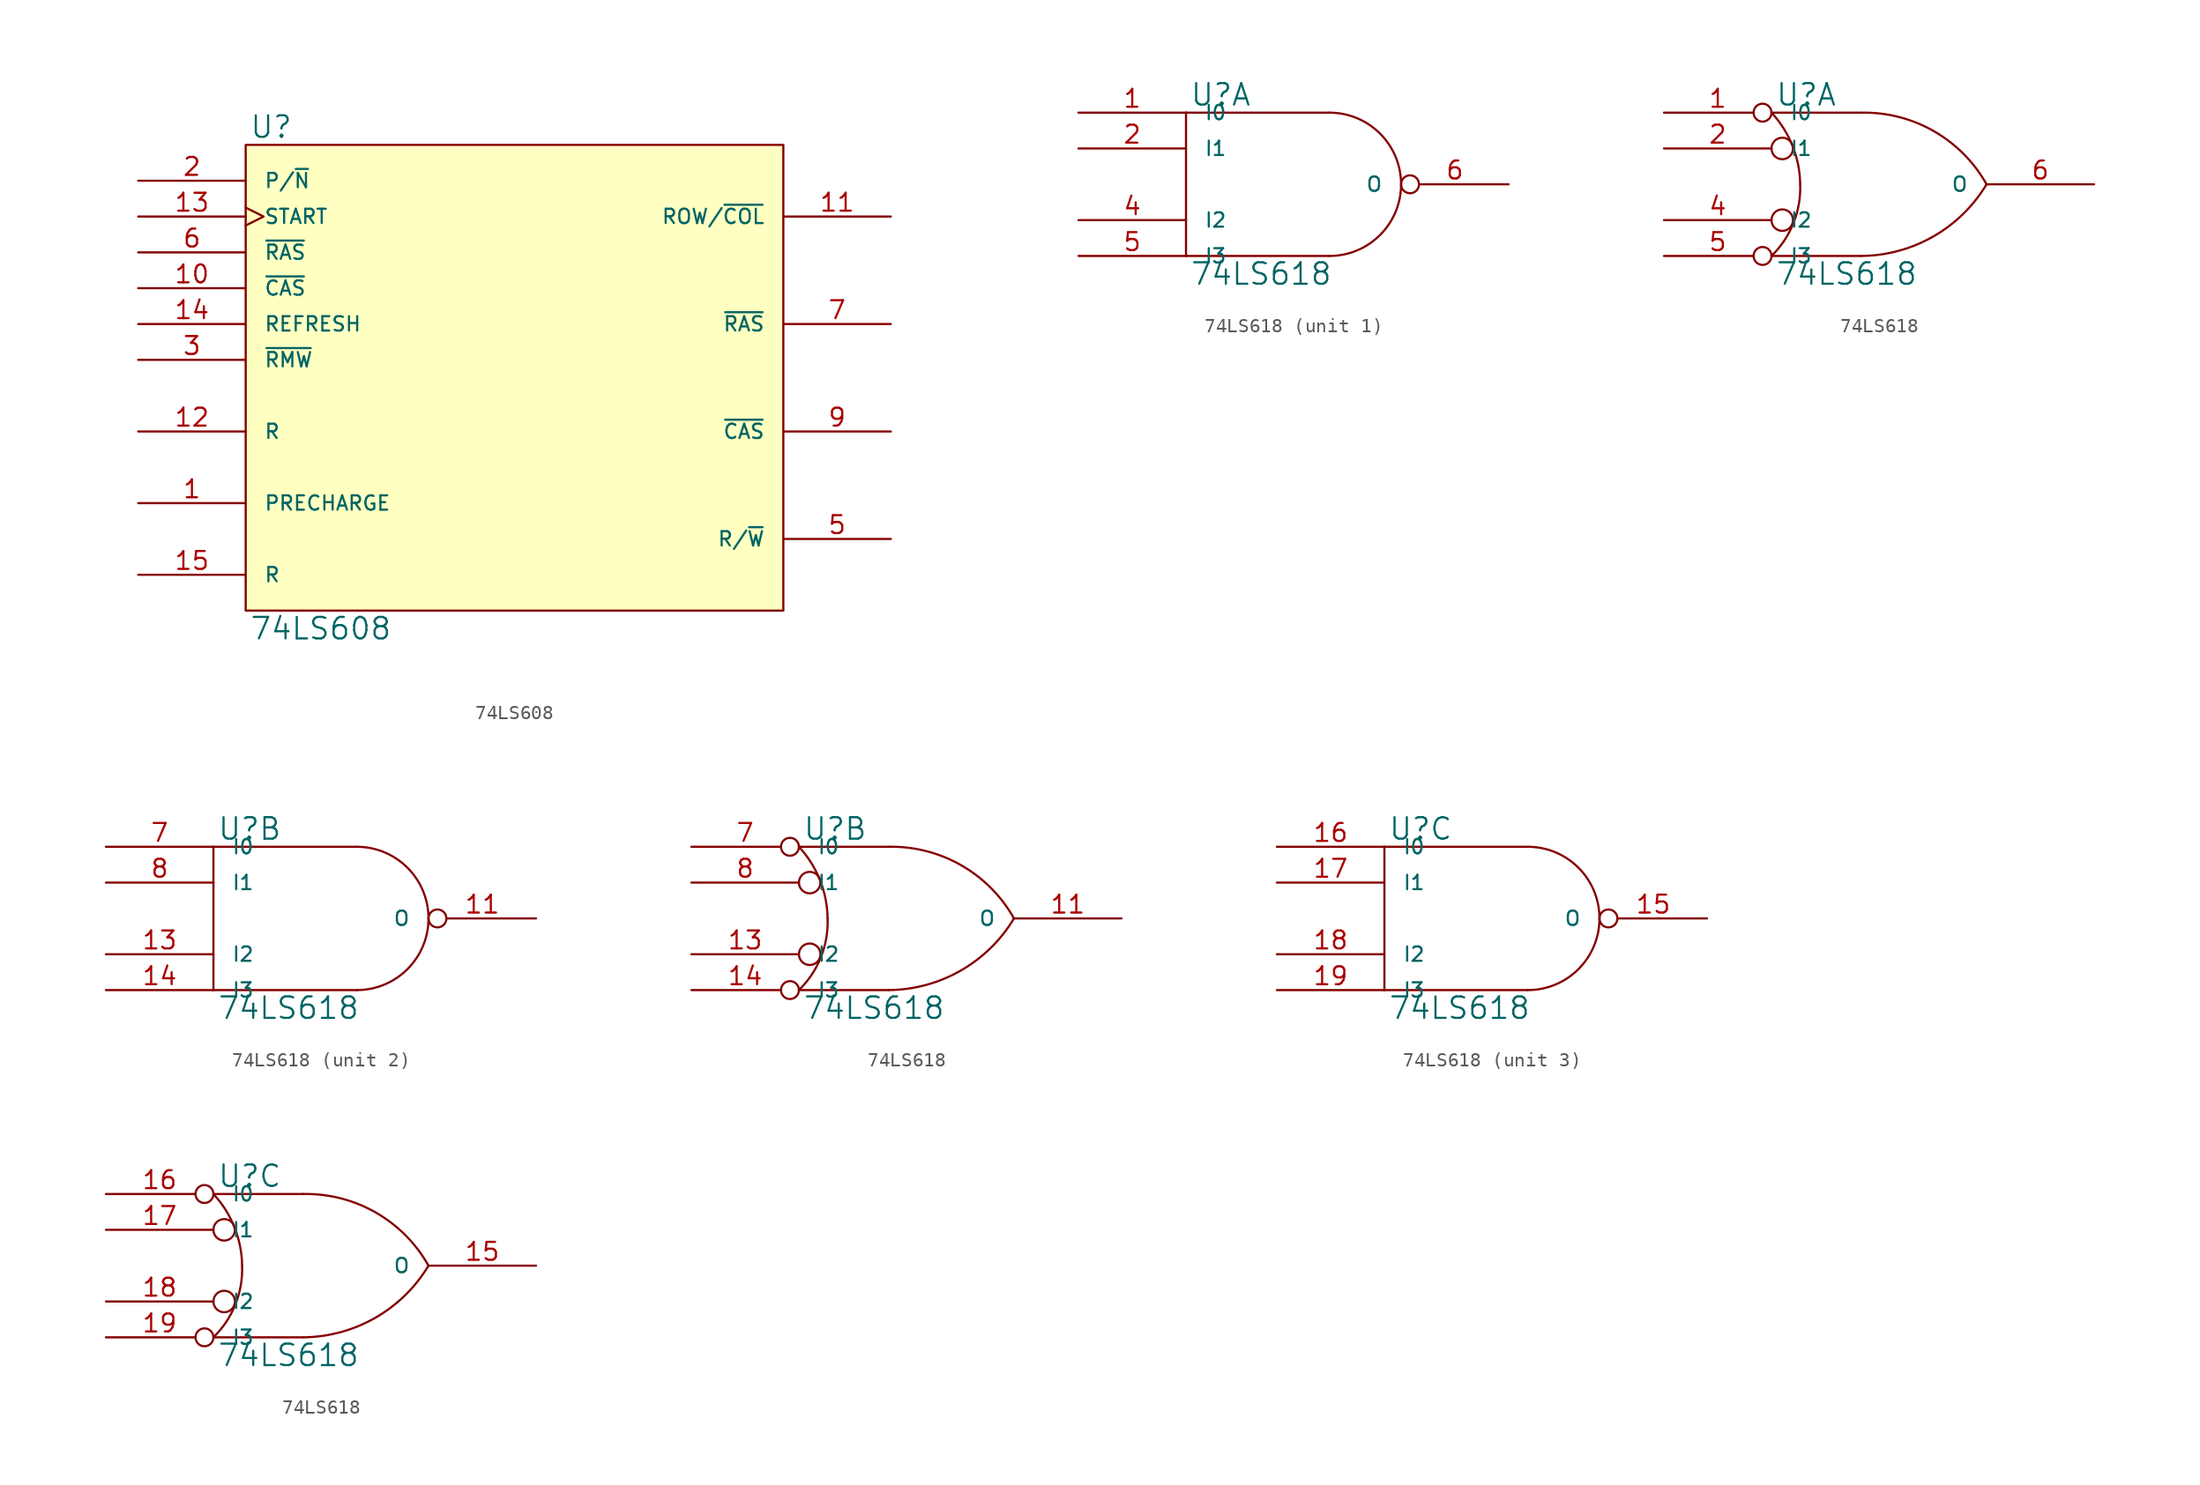
<source format=kicad_sym>
(kicad_symbol_lib
  (version 20231120)
  (generator "kicad_symbol_editor")
  (generator_version "8.0")
  (symbol "74LS608"
    (pin_names
      (offset 1.27))
    (property "Reference" "U"
      (at 0.254 0.381 0)
      (effects (font (size 1.524 1.524)) (justify left bottom)))
    (property "Value" "74LS608"
      (at 0.254 -33.401 0)
      (effects (font (size 1.524 1.524)) (justify left top)))
    (symbol "74LS608_0_1"
      (rectangle (start 0 0) (end 38.1 -33.02) (stroke (width 0) (type solid)) (fill (type background))))
    (symbol "74LS608_1_1"
      (pin input line (at -7.62 -25.4 0) (length 7.62) (name "PRECHARGE" (effects (font (size 1.016 1.016)))) (number "1" (effects (font (size 1.27 1.27)))))
      (pin input line (at -7.62 -10.16 0) (length 7.62) (name "~{CAS}" (effects (font (size 1.016 1.016)))) (number "10" (effects (font (size 1.27 1.27)))))
      (pin output line (at 45.72 -5.08 180) (length 7.62) (name "ROW/~{COL}" (effects (font (size 1.016 1.016)))) (number "11" (effects (font (size 1.27 1.27)))))
      (pin input line (at -7.62 -20.32 0) (length 7.62) (name "R" (effects (font (size 1.016 1.016)))) (number "12" (effects (font (size 1.27 1.27)))))
      (pin input clock (at -7.62 -5.08 0) (length 7.62) (name "START" (effects (font (size 1.016 1.016)))) (number "13" (effects (font (size 1.27 1.27)))))
      (pin input line (at -7.62 -12.7 0) (length 7.62) (name "REFRESH" (effects (font (size 1.016 1.016)))) (number "14" (effects (font (size 1.27 1.27)))))
      (pin input line (at -7.62 -30.48 0) (length 7.62) (name "R" (effects (font (size 1.016 1.016)))) (number "15" (effects (font (size 1.27 1.27)))))
      (pin power_in line (at 0 0 270) (length 0) hide (name "VCC" (effects (font (size 1.016 1.016)))) (number "16" (effects (font (size 1.27 1.27)))))
      (pin input line (at -7.62 -2.54 0) (length 7.62) (name "P/~{N}" (effects (font (size 1.016 1.016)))) (number "2" (effects (font (size 1.27 1.27)))))
      (pin input line (at -7.62 -15.24 0) (length 7.62) (name "~{RMW}" (effects (font (size 1.016 1.016)))) (number "3" (effects (font (size 1.27 1.27)))))
      (pin output line (at 45.72 -27.94 180) (length 7.62) (name "R/~{W}" (effects (font (size 1.016 1.016)))) (number "5" (effects (font (size 1.27 1.27)))))
      (pin input line (at -7.62 -7.62 0) (length 7.62) (name "~{RAS}" (effects (font (size 1.016 1.016)))) (number "6" (effects (font (size 1.27 1.27)))))
      (pin output line (at 45.72 -12.7 180) (length 7.62) (name "~{RAS}" (effects (font (size 1.016 1.016)))) (number "7" (effects (font (size 1.27 1.27)))))
      (pin power_in line (at 0 -33.02 90) (length 0) hide (name "GND" (effects (font (size 1.016 1.016)))) (number "8" (effects (font (size 1.27 1.27)))))
      (pin output line (at 45.72 -20.32 180) (length 7.62) (name "~{CAS}" (effects (font (size 1.016 1.016)))) (number "9" (effects (font (size 1.27 1.27)))))))
  (symbol "74LS618"
    (pin_names
      (offset 1.27))
    (property "Reference" "U"
      (at 0.254 0.381 0)
      (effects (font (size 1.524 1.524)) (justify left bottom)))
    (property "Value" "74LS618"
      (at 0.254 -10.541 0)
      (effects (font (size 1.524 1.524)) (justify left top)))
    (symbol "74LS618_0_1"
      (polyline (pts (xy 0 -10.16) (xy 10.16 -10.16)) (stroke (width 0) (type solid)) (fill (type none)))
      (polyline (pts (xy 0 0) (xy 0 -10.16)) (stroke (width 0) (type solid)) (fill (type none)))
      (polyline (pts (xy 10.16 0) (xy 0 0)) (stroke (width 0) (type solid)) (fill (type none)))
      (arc (start 10.16 -10.16) (mid 13.7521 -8.6721) (end 15.24 -5.08) (stroke (width 0) (type solid)) (fill (type none)))
      (arc (start 15.24 -5.08) (mid 13.7521 -1.4879) (end 10.16 0) (stroke (width 0) (type solid)) (fill (type none))))
    (symbol "74LS618_0_2"
      (arc (start 0 -10.16) (mid 1.5573 -7.8293) (end 2.032 -5.08) (stroke (width 0) (type solid)) (fill (type none)))
      (polyline (pts (xy 6.35 -10.16) (xy 0 -10.16)) (stroke (width 0) (type solid)) (fill (type none)))
      (polyline (pts (xy 6.35 0) (xy 0 0)) (stroke (width 0) (type solid)) (fill (type none)))
      (circle (center 0.762 -7.62) (radius 0.762) (stroke (width 0) (type solid)) (fill (type none)))
      (circle (center 0.762 -2.54) (radius 0.762) (stroke (width 0) (type solid)) (fill (type none)))
      (arc (start 2.032 -5.08) (mid 1.4906 -2.3584) (end 0 0) (stroke (width 0) (type solid)) (fill (type none)))
      (arc (start 6.35 -10.16) (mid 11.4496 -8.7875) (end 15.24 -5.08) (stroke (width 0) (type solid)) (fill (type none)))
      (arc (start 15.24 -5.08) (mid 11.4893 -1.3041) (end 6.35 0) (stroke (width 0) (type solid)) (fill (type none))))
    (symbol "74LS618_1_1"
      (pin input line (at -7.62 0 0) (length 7.62) (name "I0" (effects (font (size 1.016 1.016)))) (number "1" (effects (font (size 1.27 1.27)))))
      (pin power_in line (at 0 0 270) (length 0) hide (name "VCC" (effects (font (size 1.016 1.016)))) (number "14" (effects (font (size 1.27 1.27)))))
      (pin input line (at -7.62 -2.54 0) (length 7.62) (name "I1" (effects (font (size 1.016 1.016)))) (number "2" (effects (font (size 1.27 1.27)))))
      (pin input line (at -7.62 -7.62 0) (length 7.62) (name "I2" (effects (font (size 1.016 1.016)))) (number "4" (effects (font (size 1.27 1.27)))))
      (pin input line (at -7.62 -10.16 0) (length 7.62) (name "I3" (effects (font (size 1.016 1.016)))) (number "5" (effects (font (size 1.27 1.27)))))
      (pin output inverted (at 22.86 -5.08 180) (length 7.62) (name "O" (effects (font (size 1.016 1.016)))) (number "6" (effects (font (size 1.27 1.27)))))
      (pin power_in line (at 0 -10.16 90) (length 0) hide (name "GND" (effects (font (size 1.016 1.016)))) (number "7" (effects (font (size 1.27 1.27))))))
    (symbol "74LS618_1_2"
      (pin input inverted (at -7.62 0 0) (length 7.62) (name "I0" (effects (font (size 1.016 1.016)))) (number "1" (effects (font (size 1.27 1.27)))))
      (pin power_in line (at 0 0 270) (length 0) hide (name "VCC" (effects (font (size 1.016 1.016)))) (number "14" (effects (font (size 1.27 1.27)))))
      (pin input line (at -7.62 -2.54 0) (length 7.62) (name "I1" (effects (font (size 1.016 1.016)))) (number "2" (effects (font (size 1.27 1.27)))))
      (pin input line (at -7.62 -7.62 0) (length 7.62) (name "I2" (effects (font (size 1.016 1.016)))) (number "4" (effects (font (size 1.27 1.27)))))
      (pin input inverted (at -7.62 -10.16 0) (length 7.62) (name "I3" (effects (font (size 1.016 1.016)))) (number "5" (effects (font (size 1.27 1.27)))))
      (pin output line (at 22.86 -5.08 180) (length 7.62) (name "O" (effects (font (size 1.016 1.016)))) (number "6" (effects (font (size 1.27 1.27)))))
      (pin power_in line (at 0 -10.16 90) (length 0) hide (name "GND" (effects (font (size 1.016 1.016)))) (number "7" (effects (font (size 1.27 1.27))))))
    (symbol "74LS618_2_1"
      (pin output inverted (at 22.86 -5.08 180) (length 7.62) (name "O" (effects (font (size 1.016 1.016)))) (number "11" (effects (font (size 1.27 1.27)))))
      (pin input line (at -7.62 -7.62 0) (length 7.62) (name "I2" (effects (font (size 1.016 1.016)))) (number "13" (effects (font (size 1.27 1.27)))))
      (pin input line (at -7.62 -10.16 0) (length 7.62) (name "I3" (effects (font (size 1.016 1.016)))) (number "14" (effects (font (size 1.27 1.27)))))
      (pin power_in line (at 0 0 270) (length 0) hide (name "VCC" (effects (font (size 1.016 1.016)))) (number "14" (effects (font (size 1.27 1.27)))))
      (pin power_in line (at 0 -10.16 90) (length 0) hide (name "GND" (effects (font (size 1.016 1.016)))) (number "7" (effects (font (size 1.27 1.27)))))
      (pin input line (at -7.62 0 0) (length 7.62) (name "I0" (effects (font (size 1.016 1.016)))) (number "7" (effects (font (size 1.27 1.27)))))
      (pin input line (at -7.62 -2.54 0) (length 7.62) (name "I1" (effects (font (size 1.016 1.016)))) (number "8" (effects (font (size 1.27 1.27))))))
    (symbol "74LS618_2_2"
      (pin output line (at 22.86 -5.08 180) (length 7.62) (name "O" (effects (font (size 1.016 1.016)))) (number "11" (effects (font (size 1.27 1.27)))))
      (pin input line (at -7.62 -7.62 0) (length 7.62) (name "I2" (effects (font (size 1.016 1.016)))) (number "13" (effects (font (size 1.27 1.27)))))
      (pin input inverted (at -7.62 -10.16 0) (length 7.62) (name "I3" (effects (font (size 1.016 1.016)))) (number "14" (effects (font (size 1.27 1.27)))))
      (pin power_in line (at 0 0 270) (length 0) hide (name "VCC" (effects (font (size 1.016 1.016)))) (number "14" (effects (font (size 1.27 1.27)))))
      (pin power_in line (at 0 -10.16 90) (length 0) hide (name "GND" (effects (font (size 1.016 1.016)))) (number "7" (effects (font (size 1.27 1.27)))))
      (pin input inverted (at -7.62 0 0) (length 7.62) (name "I0" (effects (font (size 1.016 1.016)))) (number "7" (effects (font (size 1.27 1.27)))))
      (pin input line (at -7.62 -2.54 0) (length 7.62) (name "I1" (effects (font (size 1.016 1.016)))) (number "8" (effects (font (size 1.27 1.27))))))
    (symbol "74LS618_3_1"
      (pin power_in line (at 0 0 270) (length 0) hide (name "VCC" (effects (font (size 1.016 1.016)))) (number "14" (effects (font (size 1.27 1.27)))))
      (pin output inverted (at 22.86 -5.08 180) (length 7.62) (name "O" (effects (font (size 1.016 1.016)))) (number "15" (effects (font (size 1.27 1.27)))))
      (pin input line (at -7.62 0 0) (length 7.62) (name "I0" (effects (font (size 1.016 1.016)))) (number "16" (effects (font (size 1.27 1.27)))))
      (pin input line (at -7.62 -2.54 0) (length 7.62) (name "I1" (effects (font (size 1.016 1.016)))) (number "17" (effects (font (size 1.27 1.27)))))
      (pin input line (at -7.62 -7.62 0) (length 7.62) (name "I2" (effects (font (size 1.016 1.016)))) (number "18" (effects (font (size 1.27 1.27)))))
      (pin input line (at -7.62 -10.16 0) (length 7.62) (name "I3" (effects (font (size 1.016 1.016)))) (number "19" (effects (font (size 1.27 1.27)))))
      (pin power_in line (at 0 -10.16 90) (length 0) hide (name "GND" (effects (font (size 1.016 1.016)))) (number "7" (effects (font (size 1.27 1.27))))))
    (symbol "74LS618_3_2"
      (pin power_in line (at 0 0 270) (length 0) hide (name "VCC" (effects (font (size 1.016 1.016)))) (number "14" (effects (font (size 1.27 1.27)))))
      (pin output line (at 22.86 -5.08 180) (length 7.62) (name "O" (effects (font (size 1.016 1.016)))) (number "15" (effects (font (size 1.27 1.27)))))
      (pin input inverted (at -7.62 0 0) (length 7.62) (name "I0" (effects (font (size 1.016 1.016)))) (number "16" (effects (font (size 1.27 1.27)))))
      (pin input line (at -7.62 -2.54 0) (length 7.62) (name "I1" (effects (font (size 1.016 1.016)))) (number "17" (effects (font (size 1.27 1.27)))))
      (pin input line (at -7.62 -7.62 0) (length 7.62) (name "I2" (effects (font (size 1.016 1.016)))) (number "18" (effects (font (size 1.27 1.27)))))
      (pin input inverted (at -7.62 -10.16 0) (length 7.62) (name "I3" (effects (font (size 1.016 1.016)))) (number "19" (effects (font (size 1.27 1.27)))))
      (pin power_in line (at 0 -10.16 90) (length 0) hide (name "GND" (effects (font (size 1.016 1.016)))) (number "7" (effects (font (size 1.27 1.27))))))))
</source>
